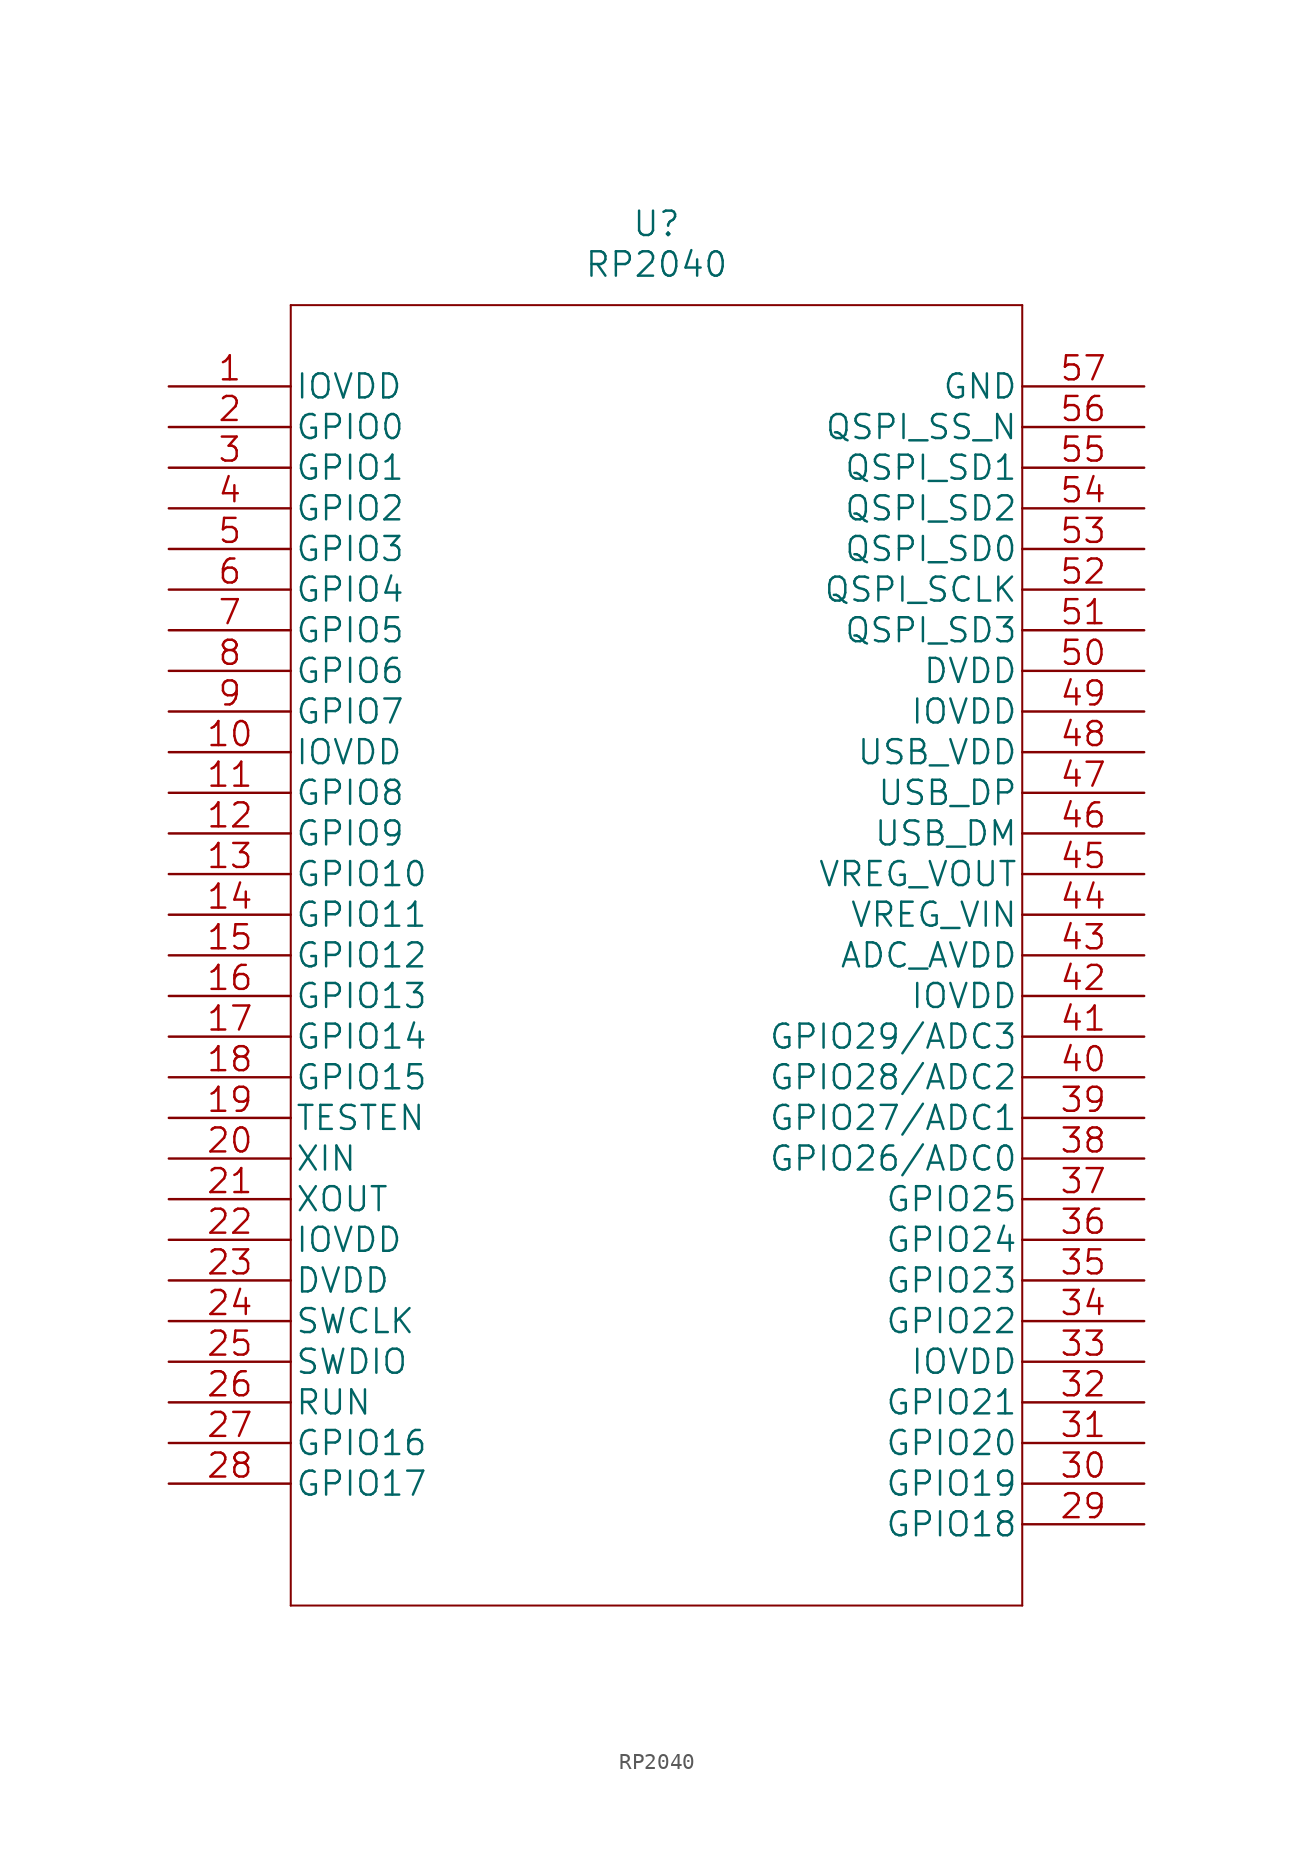
<source format=kicad_sym>
(kicad_symbol_lib
  (version 20211014)
  (generator kicad_symbol_editor)
  (symbol "RP2040"
    (pin_names
      (offset 0.254))
    (property "Reference" "U"
      (at 30.48 10.16 0)
      (effects (font (size 1.524 1.524))))
    (property "Value" "RP2040"
      (at 30.48 7.62 0)
      (effects (font (size 1.524 1.524))))
    (property "Datasheet" ""
      (at 0 0 0)
      (effects (font (size 1.524 1.524))))
    (property "ki_locked" ""
      (at 0 0 0)
      (effects (font (size 1.27 1.27))))
    (symbol "RP2040_1_1"
      (polyline (pts (xy 7.62 -76.2) (xy 53.34 -76.2)) (stroke (width 0.127) (type default) (color 0 0 0 0)) (fill (type none)))
      (polyline (pts (xy 7.62 5.08) (xy 7.62 -76.2)) (stroke (width 0.127) (type default) (color 0 0 0 0)) (fill (type none)))
      (polyline (pts (xy 53.34 -76.2) (xy 53.34 5.08)) (stroke (width 0.127) (type default) (color 0 0 0 0)) (fill (type none)))
      (polyline (pts (xy 53.34 5.08) (xy 7.62 5.08)) (stroke (width 0.127) (type default) (color 0 0 0 0)) (fill (type none)))
      (pin power_in line (at 0 0 0) (length 7.62) (name "IOVDD" (effects (font (size 1.499 1.499)))) (number "1" (effects (font (size 1.499 1.499)))))
      (pin power_in line (at 0 -22.86 0) (length 7.62) (name "IOVDD" (effects (font (size 1.499 1.499)))) (number "10" (effects (font (size 1.499 1.499)))))
      (pin bidirectional line (at 0 -25.4 0) (length 7.62) (name "GPIO8" (effects (font (size 1.499 1.499)))) (number "11" (effects (font (size 1.499 1.499)))))
      (pin bidirectional line (at 0 -27.94 0) (length 7.62) (name "GPIO9" (effects (font (size 1.499 1.499)))) (number "12" (effects (font (size 1.499 1.499)))))
      (pin bidirectional line (at 0 -30.48 0) (length 7.62) (name "GPIO10" (effects (font (size 1.499 1.499)))) (number "13" (effects (font (size 1.499 1.499)))))
      (pin bidirectional line (at 0 -33.02 0) (length 7.62) (name "GPIO11" (effects (font (size 1.499 1.499)))) (number "14" (effects (font (size 1.499 1.499)))))
      (pin bidirectional line (at 0 -35.56 0) (length 7.62) (name "GPIO12" (effects (font (size 1.499 1.499)))) (number "15" (effects (font (size 1.499 1.499)))))
      (pin bidirectional line (at 0 -38.1 0) (length 7.62) (name "GPIO13" (effects (font (size 1.499 1.499)))) (number "16" (effects (font (size 1.499 1.499)))))
      (pin bidirectional line (at 0 -40.64 0) (length 7.62) (name "GPIO14" (effects (font (size 1.499 1.499)))) (number "17" (effects (font (size 1.499 1.499)))))
      (pin bidirectional line (at 0 -43.18 0) (length 7.62) (name "GPIO15" (effects (font (size 1.499 1.499)))) (number "18" (effects (font (size 1.499 1.499)))))
      (pin input line (at 0 -45.72 0) (length 7.62) (name "TESTEN" (effects (font (size 1.499 1.499)))) (number "19" (effects (font (size 1.499 1.499)))))
      (pin bidirectional line (at 0 -2.54 0) (length 7.62) (name "GPIO0" (effects (font (size 1.499 1.499)))) (number "2" (effects (font (size 1.499 1.499)))))
      (pin passive line (at 0 -48.26 0) (length 7.62) (name "XIN" (effects (font (size 1.499 1.499)))) (number "20" (effects (font (size 1.499 1.499)))))
      (pin output line (at 0 -50.8 0) (length 7.62) (name "XOUT" (effects (font (size 1.499 1.499)))) (number "21" (effects (font (size 1.499 1.499)))))
      (pin power_in line (at 0 -53.34 0) (length 7.62) (name "IOVDD" (effects (font (size 1.499 1.499)))) (number "22" (effects (font (size 1.499 1.499)))))
      (pin power_in line (at 0 -55.88 0) (length 7.62) (name "DVDD" (effects (font (size 1.499 1.499)))) (number "23" (effects (font (size 1.499 1.499)))))
      (pin bidirectional line (at 0 -58.42 0) (length 7.62) (name "SWCLK" (effects (font (size 1.499 1.499)))) (number "24" (effects (font (size 1.499 1.499)))))
      (pin bidirectional line (at 0 -60.96 0) (length 7.62) (name "SWDIO" (effects (font (size 1.499 1.499)))) (number "25" (effects (font (size 1.499 1.499)))))
      (pin input line (at 0 -63.5 0) (length 7.62) (name "RUN" (effects (font (size 1.499 1.499)))) (number "26" (effects (font (size 1.499 1.499)))))
      (pin bidirectional line (at 0 -66.04 0) (length 7.62) (name "GPIO16" (effects (font (size 1.499 1.499)))) (number "27" (effects (font (size 1.499 1.499)))))
      (pin bidirectional line (at 0 -68.58 0) (length 7.62) (name "GPIO17" (effects (font (size 1.499 1.499)))) (number "28" (effects (font (size 1.499 1.499)))))
      (pin bidirectional line (at 60.96 -71.12 180) (length 7.62) (name "GPIO18" (effects (font (size 1.499 1.499)))) (number "29" (effects (font (size 1.499 1.499)))))
      (pin bidirectional line (at 0 -5.08 0) (length 7.62) (name "GPIO1" (effects (font (size 1.499 1.499)))) (number "3" (effects (font (size 1.499 1.499)))))
      (pin bidirectional line (at 60.96 -68.58 180) (length 7.62) (name "GPIO19" (effects (font (size 1.499 1.499)))) (number "30" (effects (font (size 1.499 1.499)))))
      (pin bidirectional line (at 60.96 -66.04 180) (length 7.62) (name "GPIO20" (effects (font (size 1.499 1.499)))) (number "31" (effects (font (size 1.499 1.499)))))
      (pin bidirectional line (at 60.96 -63.5 180) (length 7.62) (name "GPIO21" (effects (font (size 1.499 1.499)))) (number "32" (effects (font (size 1.499 1.499)))))
      (pin power_in line (at 60.96 -60.96 180) (length 7.62) (name "IOVDD" (effects (font (size 1.499 1.499)))) (number "33" (effects (font (size 1.499 1.499)))))
      (pin bidirectional line (at 60.96 -58.42 180) (length 7.62) (name "GPIO22" (effects (font (size 1.499 1.499)))) (number "34" (effects (font (size 1.499 1.499)))))
      (pin bidirectional line (at 60.96 -55.88 180) (length 7.62) (name "GPIO23" (effects (font (size 1.499 1.499)))) (number "35" (effects (font (size 1.499 1.499)))))
      (pin bidirectional line (at 60.96 -53.34 180) (length 7.62) (name "GPIO24" (effects (font (size 1.499 1.499)))) (number "36" (effects (font (size 1.499 1.499)))))
      (pin bidirectional line (at 60.96 -50.8 180) (length 7.62) (name "GPIO25" (effects (font (size 1.499 1.499)))) (number "37" (effects (font (size 1.499 1.499)))))
      (pin bidirectional line (at 60.96 -48.26 180) (length 7.62) (name "GPIO26/ADC0" (effects (font (size 1.499 1.499)))) (number "38" (effects (font (size 1.499 1.499)))))
      (pin bidirectional line (at 60.96 -45.72 180) (length 7.62) (name "GPIO27/ADC1" (effects (font (size 1.499 1.499)))) (number "39" (effects (font (size 1.499 1.499)))))
      (pin bidirectional line (at 0 -7.62 0) (length 7.62) (name "GPIO2" (effects (font (size 1.499 1.499)))) (number "4" (effects (font (size 1.499 1.499)))))
      (pin bidirectional line (at 60.96 -43.18 180) (length 7.62) (name "GPIO28/ADC2" (effects (font (size 1.499 1.499)))) (number "40" (effects (font (size 1.499 1.499)))))
      (pin bidirectional line (at 60.96 -40.64 180) (length 7.62) (name "GPIO29/ADC3" (effects (font (size 1.499 1.499)))) (number "41" (effects (font (size 1.499 1.499)))))
      (pin power_in line (at 60.96 -38.1 180) (length 7.62) (name "IOVDD" (effects (font (size 1.499 1.499)))) (number "42" (effects (font (size 1.499 1.499)))))
      (pin power_in line (at 60.96 -35.56 180) (length 7.62) (name "ADC_AVDD" (effects (font (size 1.499 1.499)))) (number "43" (effects (font (size 1.499 1.499)))))
      (pin power_in line (at 60.96 -33.02 180) (length 7.62) (name "VREG_VIN" (effects (font (size 1.499 1.499)))) (number "44" (effects (font (size 1.499 1.499)))))
      (pin power_out line (at 60.96 -30.48 180) (length 7.62) (name "VREG_VOUT" (effects (font (size 1.499 1.499)))) (number "45" (effects (font (size 1.499 1.499)))))
      (pin bidirectional line (at 60.96 -27.94 180) (length 7.62) (name "USB_DM" (effects (font (size 1.499 1.499)))) (number "46" (effects (font (size 1.499 1.499)))))
      (pin bidirectional line (at 60.96 -25.4 180) (length 7.62) (name "USB_DP" (effects (font (size 1.499 1.499)))) (number "47" (effects (font (size 1.499 1.499)))))
      (pin power_in line (at 60.96 -22.86 180) (length 7.62) (name "USB_VDD" (effects (font (size 1.499 1.499)))) (number "48" (effects (font (size 1.499 1.499)))))
      (pin power_in line (at 60.96 -20.32 180) (length 7.62) (name "IOVDD" (effects (font (size 1.499 1.499)))) (number "49" (effects (font (size 1.499 1.499)))))
      (pin bidirectional line (at 0 -10.16 0) (length 7.62) (name "GPIO3" (effects (font (size 1.499 1.499)))) (number "5" (effects (font (size 1.499 1.499)))))
      (pin power_in line (at 60.96 -17.78 180) (length 7.62) (name "DVDD" (effects (font (size 1.499 1.499)))) (number "50" (effects (font (size 1.499 1.499)))))
      (pin bidirectional line (at 60.96 -15.24 180) (length 7.62) (name "QSPI_SD3" (effects (font (size 1.499 1.499)))) (number "51" (effects (font (size 1.499 1.499)))))
      (pin output line (at 60.96 -12.7 180) (length 7.62) (name "QSPI_SCLK" (effects (font (size 1.499 1.499)))) (number "52" (effects (font (size 1.499 1.499)))))
      (pin bidirectional line (at 60.96 -10.16 180) (length 7.62) (name "QSPI_SD0" (effects (font (size 1.499 1.499)))) (number "53" (effects (font (size 1.499 1.499)))))
      (pin bidirectional line (at 60.96 -7.62 180) (length 7.62) (name "QSPI_SD2" (effects (font (size 1.499 1.499)))) (number "54" (effects (font (size 1.499 1.499)))))
      (pin bidirectional line (at 60.96 -5.08 180) (length 7.62) (name "QSPI_SD1" (effects (font (size 1.499 1.499)))) (number "55" (effects (font (size 1.499 1.499)))))
      (pin output line (at 60.96 -2.54 180) (length 7.62) (name "QSPI_SS_N" (effects (font (size 1.499 1.499)))) (number "56" (effects (font (size 1.499 1.499)))))
      (pin power_in line (at 60.96 0 180) (length 7.62) (name "GND" (effects (font (size 1.499 1.499)))) (number "57" (effects (font (size 1.499 1.499)))))
      (pin bidirectional line (at 0 -12.7 0) (length 7.62) (name "GPIO4" (effects (font (size 1.499 1.499)))) (number "6" (effects (font (size 1.499 1.499)))))
      (pin bidirectional line (at 0 -15.24 0) (length 7.62) (name "GPIO5" (effects (font (size 1.499 1.499)))) (number "7" (effects (font (size 1.499 1.499)))))
      (pin bidirectional line (at 0 -17.78 0) (length 7.62) (name "GPIO6" (effects (font (size 1.499 1.499)))) (number "8" (effects (font (size 1.499 1.499)))))
      (pin bidirectional line (at 0 -20.32 0) (length 7.62) (name "GPIO7" (effects (font (size 1.499 1.499)))) (number "9" (effects (font (size 1.499 1.499))))))))
</source>
